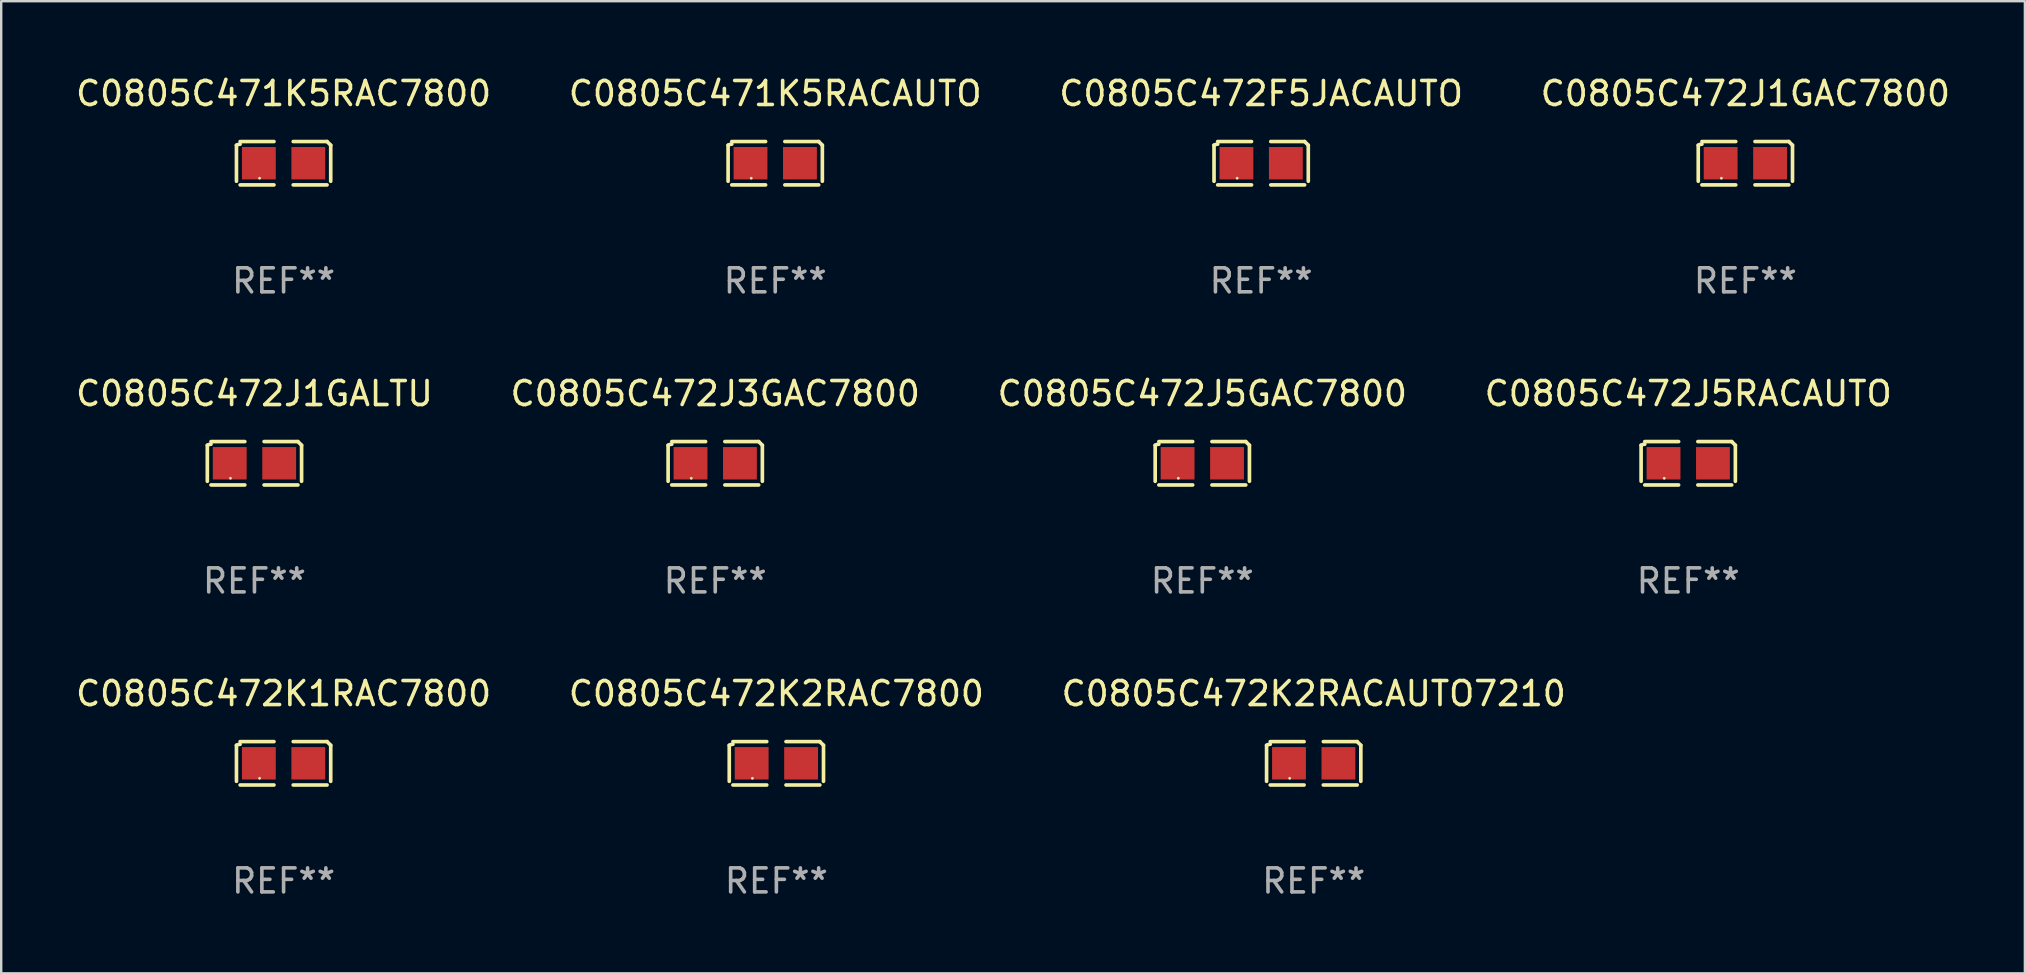
<source format=kicad_pcb>
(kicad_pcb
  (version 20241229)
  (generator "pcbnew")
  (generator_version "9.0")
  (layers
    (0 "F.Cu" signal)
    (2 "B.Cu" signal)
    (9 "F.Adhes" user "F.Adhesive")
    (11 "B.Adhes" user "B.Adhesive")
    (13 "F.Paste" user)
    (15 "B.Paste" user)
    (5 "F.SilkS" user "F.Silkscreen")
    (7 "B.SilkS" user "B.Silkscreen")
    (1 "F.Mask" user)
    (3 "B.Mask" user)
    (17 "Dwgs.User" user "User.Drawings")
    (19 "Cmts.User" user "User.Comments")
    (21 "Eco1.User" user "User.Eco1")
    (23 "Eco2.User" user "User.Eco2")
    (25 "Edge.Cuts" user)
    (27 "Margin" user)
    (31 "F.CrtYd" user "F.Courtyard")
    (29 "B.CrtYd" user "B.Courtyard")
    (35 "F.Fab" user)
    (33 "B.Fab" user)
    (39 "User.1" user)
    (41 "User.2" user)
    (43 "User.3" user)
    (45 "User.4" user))
  (footprint "C0805C472K1RAC7800"
    (layer "F.Cu")
    (at 8.768 28.759)
    (property "Reference" "C0805C472K1RAC7800" (at 0 -2.904 0) (layer "F.SilkS") (effects (font (size 1 1) (thickness 0.15))))
    (attr through_hole)
    (fp_line (start -1.964 0.751) (end -1.964 -0.751) (stroke (width 0.152) (type solid)) (layer "F.SilkS"))
    (fp_line (start -1.811 -0.904) (end -0.401 -0.904) (stroke (width 0.152) (type solid)) (layer "F.SilkS"))
    (fp_line (start -0.401 0.904) (end -1.811 0.904) (stroke (width 0.152) (type solid)) (layer "F.SilkS"))
    (fp_line (start 0.401 0.904) (end 1.811 0.904) (stroke (width 0.152) (type solid)) (layer "F.SilkS"))
    (fp_line (start 1.811 -0.904) (end 0.401 -0.904) (stroke (width 0.152) (type solid)) (layer "F.SilkS"))
    (fp_line (start 1.964 0.751) (end 1.964 -0.751) (stroke (width 0.152) (type solid)) (layer "F.SilkS"))
    (fp_arc (start -1.963602 -0.751207) (mid -1.890354 -0.783131) (end -1.811201 -0.794044) (stroke (width 0.1524) (type solid)) (layer "F.SilkS"))
    (fp_arc (start 1.811202 -0.903607) (mid 1.887413 -0.827418) (end 1.963602 -0.751207) (stroke (width 0.1524) (type solid)) (layer "F.SilkS"))
    (fp_circle (center -1 0.625) (end -0.97 0.625) (stroke (width 0.06) (type solid)) (fill no) (layer "F.SilkS"))
    (fp_text user "REF**" (at 0 4.904 0) (layer "F.Fab") (effects (font (size 1 1) (thickness 0.15))))
    (pad "1" smd rect (at -1.03 0) (size 1.41 1.35) (layers "F.Cu" "F.Mask" "F.Paste"))
    (pad "2" smd rect (at 1.03 0) (size 1.41 1.35) (layers "F.Cu" "F.Mask" "F.Paste")))
  (footprint "C0805C472K2RAC7800"
    (layer "F.Cu")
    (at 29.304 28.759)
    (property "Reference" "C0805C472K2RAC7800" (at 0 -2.904 0) (layer "F.SilkS") (effects (font (size 1 1) (thickness 0.15))))
    (attr through_hole)
    (fp_line (start -1.964 0.751) (end -1.964 -0.751) (stroke (width 0.152) (type solid)) (layer "F.SilkS"))
    (fp_line (start -1.811 -0.904) (end -0.401 -0.904) (stroke (width 0.152) (type solid)) (layer "F.SilkS"))
    (fp_line (start -0.401 0.904) (end -1.811 0.904) (stroke (width 0.152) (type solid)) (layer "F.SilkS"))
    (fp_line (start 0.401 0.904) (end 1.811 0.904) (stroke (width 0.152) (type solid)) (layer "F.SilkS"))
    (fp_line (start 1.811 -0.904) (end 0.401 -0.904) (stroke (width 0.152) (type solid)) (layer "F.SilkS"))
    (fp_line (start 1.964 0.751) (end 1.964 -0.751) (stroke (width 0.152) (type solid)) (layer "F.SilkS"))
    (fp_arc (start -1.963602 -0.751207) (mid -1.890354 -0.783131) (end -1.811201 -0.794044) (stroke (width 0.1524) (type solid)) (layer "F.SilkS"))
    (fp_arc (start 1.811202 -0.903607) (mid 1.887413 -0.827418) (end 1.963602 -0.751207) (stroke (width 0.1524) (type solid)) (layer "F.SilkS"))
    (fp_circle (center -1 0.625) (end -0.97 0.625) (stroke (width 0.06) (type solid)) (fill no) (layer "F.SilkS"))
    (fp_text user "REF**" (at 0 4.904 0) (layer "F.Fab") (effects (font (size 1 1) (thickness 0.15))))
    (pad "1" smd rect (at -1.03 0) (size 1.41 1.35) (layers "F.Cu" "F.Mask" "F.Paste"))
    (pad "2" smd rect (at 1.03 0) (size 1.41 1.35) (layers "F.Cu" "F.Mask" "F.Paste")))
  (footprint "C0805C471K5RACAUTO"
    (layer "F.Cu")
    (at 29.256 3.752)
    (property "Reference" "C0805C471K5RACAUTO" (at 0 -2.904 0) (layer "F.SilkS") (effects (font (size 1 1) (thickness 0.15))))
    (attr through_hole)
    (fp_line (start -1.964 0.751) (end -1.964 -0.751) (stroke (width 0.152) (type solid)) (layer "F.SilkS"))
    (fp_line (start -1.811 -0.904) (end -0.401 -0.904) (stroke (width 0.152) (type solid)) (layer "F.SilkS"))
    (fp_line (start -0.401 0.904) (end -1.811 0.904) (stroke (width 0.152) (type solid)) (layer "F.SilkS"))
    (fp_line (start 0.401 0.904) (end 1.811 0.904) (stroke (width 0.152) (type solid)) (layer "F.SilkS"))
    (fp_line (start 1.811 -0.904) (end 0.401 -0.904) (stroke (width 0.152) (type solid)) (layer "F.SilkS"))
    (fp_line (start 1.964 0.751) (end 1.964 -0.751) (stroke (width 0.152) (type solid)) (layer "F.SilkS"))
    (fp_arc (start -1.963602 -0.751207) (mid -1.890354 -0.783131) (end -1.811201 -0.794044) (stroke (width 0.1524) (type solid)) (layer "F.SilkS"))
    (fp_arc (start 1.811202 -0.903607) (mid 1.887413 -0.827418) (end 1.963602 -0.751207) (stroke (width 0.1524) (type solid)) (layer "F.SilkS"))
    (fp_circle (center -1 0.625) (end -0.97 0.625) (stroke (width 0.06) (type solid)) (fill no) (layer "F.SilkS"))
    (fp_text user "REF**" (at 0 4.904 0) (layer "F.Fab") (effects (font (size 1 1) (thickness 0.15))))
    (pad "1" smd rect (at -1.03 0) (size 1.41 1.35) (layers "F.Cu" "F.Mask" "F.Paste"))
    (pad "2" smd rect (at 1.03 0) (size 1.41 1.35) (layers "F.Cu" "F.Mask" "F.Paste")))
  (footprint "C0805C472K2RACAUTO7210"
    (layer "F.Cu")
    (at 51.696 28.759)
    (property "Reference" "C0805C472K2RACAUTO7210" (at 0 -2.904 0) (layer "F.SilkS") (effects (font (size 1 1) (thickness 0.15))))
    (attr through_hole)
    (fp_line (start -1.964 0.751) (end -1.964 -0.751) (stroke (width 0.152) (type solid)) (layer "F.SilkS"))
    (fp_line (start -1.811 -0.904) (end -0.401 -0.904) (stroke (width 0.152) (type solid)) (layer "F.SilkS"))
    (fp_line (start -0.401 0.904) (end -1.811 0.904) (stroke (width 0.152) (type solid)) (layer "F.SilkS"))
    (fp_line (start 0.401 0.904) (end 1.811 0.904) (stroke (width 0.152) (type solid)) (layer "F.SilkS"))
    (fp_line (start 1.811 -0.904) (end 0.401 -0.904) (stroke (width 0.152) (type solid)) (layer "F.SilkS"))
    (fp_line (start 1.964 0.751) (end 1.964 -0.751) (stroke (width 0.152) (type solid)) (layer "F.SilkS"))
    (fp_arc (start -1.963602 -0.751207) (mid -1.890354 -0.783131) (end -1.811201 -0.794044) (stroke (width 0.1524) (type solid)) (layer "F.SilkS"))
    (fp_arc (start 1.811202 -0.903607) (mid 1.887413 -0.827418) (end 1.963602 -0.751207) (stroke (width 0.1524) (type solid)) (layer "F.SilkS"))
    (fp_circle (center -1 0.625) (end -0.97 0.625) (stroke (width 0.06) (type solid)) (fill no) (layer "F.SilkS"))
    (fp_text user "REF**" (at 0 4.904 0) (layer "F.Fab") (effects (font (size 1 1) (thickness 0.15))))
    (pad "1" smd rect (at -1.03 0) (size 1.41 1.35) (layers "F.Cu" "F.Mask" "F.Paste"))
    (pad "2" smd rect (at 1.03 0) (size 1.41 1.35) (layers "F.Cu" "F.Mask" "F.Paste")))
  (footprint "C0805C472J1GAC7800"
    (layer "F.Cu")
    (at 69.685 3.752)
    (property "Reference" "C0805C472J1GAC7800" (at 0 -2.904 0) (layer "F.SilkS") (effects (font (size 1 1) (thickness 0.15))))
    (attr through_hole)
    (fp_line (start -1.964 0.751) (end -1.964 -0.751) (stroke (width 0.152) (type solid)) (layer "F.SilkS"))
    (fp_line (start -1.811 -0.904) (end -0.401 -0.904) (stroke (width 0.152) (type solid)) (layer "F.SilkS"))
    (fp_line (start -0.401 0.904) (end -1.811 0.904) (stroke (width 0.152) (type solid)) (layer "F.SilkS"))
    (fp_line (start 0.401 0.904) (end 1.811 0.904) (stroke (width 0.152) (type solid)) (layer "F.SilkS"))
    (fp_line (start 1.811 -0.904) (end 0.401 -0.904) (stroke (width 0.152) (type solid)) (layer "F.SilkS"))
    (fp_line (start 1.964 0.751) (end 1.964 -0.751) (stroke (width 0.152) (type solid)) (layer "F.SilkS"))
    (fp_arc (start -1.963602 -0.751207) (mid -1.890354 -0.783131) (end -1.811201 -0.794044) (stroke (width 0.1524) (type solid)) (layer "F.SilkS"))
    (fp_arc (start 1.811202 -0.903607) (mid 1.887413 -0.827418) (end 1.963602 -0.751207) (stroke (width 0.1524) (type solid)) (layer "F.SilkS"))
    (fp_circle (center -1 0.625) (end -0.97 0.625) (stroke (width 0.06) (type solid)) (fill no) (layer "F.SilkS"))
    (fp_text user "REF**" (at 0 4.904 0) (layer "F.Fab") (effects (font (size 1 1) (thickness 0.15))))
    (pad "1" smd rect (at -1.03 0) (size 1.41 1.35) (layers "F.Cu" "F.Mask" "F.Paste"))
    (pad "2" smd rect (at 1.03 0) (size 1.41 1.35) (layers "F.Cu" "F.Mask" "F.Paste")))
  (footprint "C0805C472J5GAC7800"
    (layer "F.Cu")
    (at 47.054 16.256)
    (property "Reference" "C0805C472J5GAC7800" (at 0 -2.904 0) (layer "F.SilkS") (effects (font (size 1 1) (thickness 0.15))))
    (attr through_hole)
    (fp_line (start -1.964 0.751) (end -1.964 -0.751) (stroke (width 0.152) (type solid)) (layer "F.SilkS"))
    (fp_line (start -1.811 -0.904) (end -0.401 -0.904) (stroke (width 0.152) (type solid)) (layer "F.SilkS"))
    (fp_line (start -0.401 0.904) (end -1.811 0.904) (stroke (width 0.152) (type solid)) (layer "F.SilkS"))
    (fp_line (start 0.401 0.904) (end 1.811 0.904) (stroke (width 0.152) (type solid)) (layer "F.SilkS"))
    (fp_line (start 1.811 -0.904) (end 0.401 -0.904) (stroke (width 0.152) (type solid)) (layer "F.SilkS"))
    (fp_line (start 1.964 0.751) (end 1.964 -0.751) (stroke (width 0.152) (type solid)) (layer "F.SilkS"))
    (fp_arc (start -1.963602 -0.751207) (mid -1.890354 -0.783131) (end -1.811201 -0.794044) (stroke (width 0.1524) (type solid)) (layer "F.SilkS"))
    (fp_arc (start 1.811202 -0.903607) (mid 1.887413 -0.827418) (end 1.963602 -0.751207) (stroke (width 0.1524) (type solid)) (layer "F.SilkS"))
    (fp_circle (center -1 0.625) (end -0.97 0.625) (stroke (width 0.06) (type solid)) (fill no) (layer "F.SilkS"))
    (fp_text user "REF**" (at 0 4.904 0) (layer "F.Fab") (effects (font (size 1 1) (thickness 0.15))))
    (pad "1" smd rect (at -1.03 0) (size 1.41 1.35) (layers "F.Cu" "F.Mask" "F.Paste"))
    (pad "2" smd rect (at 1.03 0) (size 1.41 1.35) (layers "F.Cu" "F.Mask" "F.Paste")))
  (footprint "C0805C472J1GALTU"
    (layer "F.Cu")
    (at 7.554 16.256)
    (property "Reference" "C0805C472J1GALTU" (at 0 -2.904 0) (layer "F.SilkS") (effects (font (size 1 1) (thickness 0.15))))
    (attr through_hole)
    (fp_line (start -1.964 0.751) (end -1.964 -0.751) (stroke (width 0.152) (type solid)) (layer "F.SilkS"))
    (fp_line (start -1.811 -0.904) (end -0.401 -0.904) (stroke (width 0.152) (type solid)) (layer "F.SilkS"))
    (fp_line (start -0.401 0.904) (end -1.811 0.904) (stroke (width 0.152) (type solid)) (layer "F.SilkS"))
    (fp_line (start 0.401 0.904) (end 1.811 0.904) (stroke (width 0.152) (type solid)) (layer "F.SilkS"))
    (fp_line (start 1.811 -0.904) (end 0.401 -0.904) (stroke (width 0.152) (type solid)) (layer "F.SilkS"))
    (fp_line (start 1.964 0.751) (end 1.964 -0.751) (stroke (width 0.152) (type solid)) (layer "F.SilkS"))
    (fp_arc (start -1.963602 -0.751207) (mid -1.890354 -0.783131) (end -1.811201 -0.794044) (stroke (width 0.1524) (type solid)) (layer "F.SilkS"))
    (fp_arc (start 1.811202 -0.903607) (mid 1.887413 -0.827418) (end 1.963602 -0.751207) (stroke (width 0.1524) (type solid)) (layer "F.SilkS"))
    (fp_circle (center -1 0.625) (end -0.97 0.625) (stroke (width 0.06) (type solid)) (fill no) (layer "F.SilkS"))
    (fp_text user "REF**" (at 0 4.904 0) (layer "F.Fab") (effects (font (size 1 1) (thickness 0.15))))
    (pad "1" smd rect (at -1.03 0) (size 1.41 1.35) (layers "F.Cu" "F.Mask" "F.Paste"))
    (pad "2" smd rect (at 1.03 0) (size 1.41 1.35) (layers "F.Cu" "F.Mask" "F.Paste")))
  (footprint "C0805C471K5RAC7800"
    (layer "F.Cu")
    (at 8.768 3.752)
    (property "Reference" "C0805C471K5RAC7800" (at 0 -2.904 0) (layer "F.SilkS") (effects (font (size 1 1) (thickness 0.15))))
    (attr through_hole)
    (fp_line (start -1.964 0.751) (end -1.964 -0.751) (stroke (width 0.152) (type solid)) (layer "F.SilkS"))
    (fp_line (start -1.811 -0.904) (end -0.401 -0.904) (stroke (width 0.152) (type solid)) (layer "F.SilkS"))
    (fp_line (start -0.401 0.904) (end -1.811 0.904) (stroke (width 0.152) (type solid)) (layer "F.SilkS"))
    (fp_line (start 0.401 0.904) (end 1.811 0.904) (stroke (width 0.152) (type solid)) (layer "F.SilkS"))
    (fp_line (start 1.811 -0.904) (end 0.401 -0.904) (stroke (width 0.152) (type solid)) (layer "F.SilkS"))
    (fp_line (start 1.964 0.751) (end 1.964 -0.751) (stroke (width 0.152) (type solid)) (layer "F.SilkS"))
    (fp_arc (start -1.963602 -0.751207) (mid -1.890354 -0.783131) (end -1.811201 -0.794044) (stroke (width 0.1524) (type solid)) (layer "F.SilkS"))
    (fp_arc (start 1.811202 -0.903607) (mid 1.887413 -0.827418) (end 1.963602 -0.751207) (stroke (width 0.1524) (type solid)) (layer "F.SilkS"))
    (fp_circle (center -1 0.625) (end -0.97 0.625) (stroke (width 0.06) (type solid)) (fill no) (layer "F.SilkS"))
    (fp_text user "REF**" (at 0 4.904 0) (layer "F.Fab") (effects (font (size 1 1) (thickness 0.15))))
    (pad "1" smd rect (at -1.03 0) (size 1.41 1.35) (layers "F.Cu" "F.Mask" "F.Paste"))
    (pad "2" smd rect (at 1.03 0) (size 1.41 1.35) (layers "F.Cu" "F.Mask" "F.Paste")))
  (footprint "C0805C472J5RACAUTO"
    (layer "F.Cu")
    (at 67.304 16.256)
    (property "Reference" "C0805C472J5RACAUTO" (at 0 -2.904 0) (layer "F.SilkS") (effects (font (size 1 1) (thickness 0.15))))
    (attr through_hole)
    (fp_line (start -1.964 0.751) (end -1.964 -0.751) (stroke (width 0.152) (type solid)) (layer "F.SilkS"))
    (fp_line (start -1.811 -0.904) (end -0.401 -0.904) (stroke (width 0.152) (type solid)) (layer "F.SilkS"))
    (fp_line (start -0.401 0.904) (end -1.811 0.904) (stroke (width 0.152) (type solid)) (layer "F.SilkS"))
    (fp_line (start 0.401 0.904) (end 1.811 0.904) (stroke (width 0.152) (type solid)) (layer "F.SilkS"))
    (fp_line (start 1.811 -0.904) (end 0.401 -0.904) (stroke (width 0.152) (type solid)) (layer "F.SilkS"))
    (fp_line (start 1.964 0.751) (end 1.964 -0.751) (stroke (width 0.152) (type solid)) (layer "F.SilkS"))
    (fp_arc (start -1.963602 -0.751207) (mid -1.890354 -0.783131) (end -1.811201 -0.794044) (stroke (width 0.1524) (type solid)) (layer "F.SilkS"))
    (fp_arc (start 1.811202 -0.903607) (mid 1.887413 -0.827418) (end 1.963602 -0.751207) (stroke (width 0.1524) (type solid)) (layer "F.SilkS"))
    (fp_circle (center -1 0.625) (end -0.97 0.625) (stroke (width 0.06) (type solid)) (fill no) (layer "F.SilkS"))
    (fp_text user "REF**" (at 0 4.904 0) (layer "F.Fab") (effects (font (size 1 1) (thickness 0.15))))
    (pad "1" smd rect (at -1.03 0) (size 1.41 1.35) (layers "F.Cu" "F.Mask" "F.Paste"))
    (pad "2" smd rect (at 1.03 0) (size 1.41 1.35) (layers "F.Cu" "F.Mask" "F.Paste")))
  (footprint "C0805C472J3GAC7800"
    (layer "F.Cu")
    (at 26.756 16.256)
    (property "Reference" "C0805C472J3GAC7800" (at 0 -2.904 0) (layer "F.SilkS") (effects (font (size 1 1) (thickness 0.15))))
    (attr through_hole)
    (fp_line (start -1.964 0.751) (end -1.964 -0.751) (stroke (width 0.152) (type solid)) (layer "F.SilkS"))
    (fp_line (start -1.811 -0.904) (end -0.401 -0.904) (stroke (width 0.152) (type solid)) (layer "F.SilkS"))
    (fp_line (start -0.401 0.904) (end -1.811 0.904) (stroke (width 0.152) (type solid)) (layer "F.SilkS"))
    (fp_line (start 0.401 0.904) (end 1.811 0.904) (stroke (width 0.152) (type solid)) (layer "F.SilkS"))
    (fp_line (start 1.811 -0.904) (end 0.401 -0.904) (stroke (width 0.152) (type solid)) (layer "F.SilkS"))
    (fp_line (start 1.964 0.751) (end 1.964 -0.751) (stroke (width 0.152) (type solid)) (layer "F.SilkS"))
    (fp_arc (start -1.963602 -0.751207) (mid -1.890354 -0.783131) (end -1.811201 -0.794044) (stroke (width 0.1524) (type solid)) (layer "F.SilkS"))
    (fp_arc (start 1.811202 -0.903607) (mid 1.887413 -0.827418) (end 1.963602 -0.751207) (stroke (width 0.1524) (type solid)) (layer "F.SilkS"))
    (fp_circle (center -1 0.625) (end -0.97 0.625) (stroke (width 0.06) (type solid)) (fill no) (layer "F.SilkS"))
    (fp_text user "REF**" (at 0 4.904 0) (layer "F.Fab") (effects (font (size 1 1) (thickness 0.15))))
    (pad "1" smd rect (at -1.03 0) (size 1.41 1.35) (layers "F.Cu" "F.Mask" "F.Paste"))
    (pad "2" smd rect (at 1.03 0) (size 1.41 1.35) (layers "F.Cu" "F.Mask" "F.Paste")))
  (footprint "C0805C472F5JACAUTO"
    (layer "F.Cu")
    (at 49.506 3.752)
    (property "Reference" "C0805C472F5JACAUTO" (at 0 -2.904 0) (layer "F.SilkS") (effects (font (size 1 1) (thickness 0.15))))
    (attr through_hole)
    (fp_line (start -1.964 0.751) (end -1.964 -0.751) (stroke (width 0.152) (type solid)) (layer "F.SilkS"))
    (fp_line (start -1.811 -0.904) (end -0.401 -0.904) (stroke (width 0.152) (type solid)) (layer "F.SilkS"))
    (fp_line (start -0.401 0.904) (end -1.811 0.904) (stroke (width 0.152) (type solid)) (layer "F.SilkS"))
    (fp_line (start 0.401 0.904) (end 1.811 0.904) (stroke (width 0.152) (type solid)) (layer "F.SilkS"))
    (fp_line (start 1.811 -0.904) (end 0.401 -0.904) (stroke (width 0.152) (type solid)) (layer "F.SilkS"))
    (fp_line (start 1.964 0.751) (end 1.964 -0.751) (stroke (width 0.152) (type solid)) (layer "F.SilkS"))
    (fp_arc (start -1.963602 -0.751207) (mid -1.890354 -0.783131) (end -1.811201 -0.794044) (stroke (width 0.1524) (type solid)) (layer "F.SilkS"))
    (fp_arc (start 1.811202 -0.903607) (mid 1.887413 -0.827418) (end 1.963602 -0.751207) (stroke (width 0.1524) (type solid)) (layer "F.SilkS"))
    (fp_circle (center -1 0.625) (end -0.97 0.625) (stroke (width 0.06) (type solid)) (fill no) (layer "F.SilkS"))
    (fp_text user "REF**" (at 0 4.904 0) (layer "F.Fab") (effects (font (size 1 1) (thickness 0.15))))
    (pad "1" smd rect (at -1.03 0) (size 1.41 1.35) (layers "F.Cu" "F.Mask" "F.Paste"))
    (pad "2" smd rect (at 1.03 0) (size 1.41 1.35) (layers "F.Cu" "F.Mask" "F.Paste")))
  (gr_rect
    (start -3 -3)
    (end 81.333 37.511)
    (stroke (width 0.1) (type default))
    (fill no)
    (layer "Edge.Cuts")))
</source>
